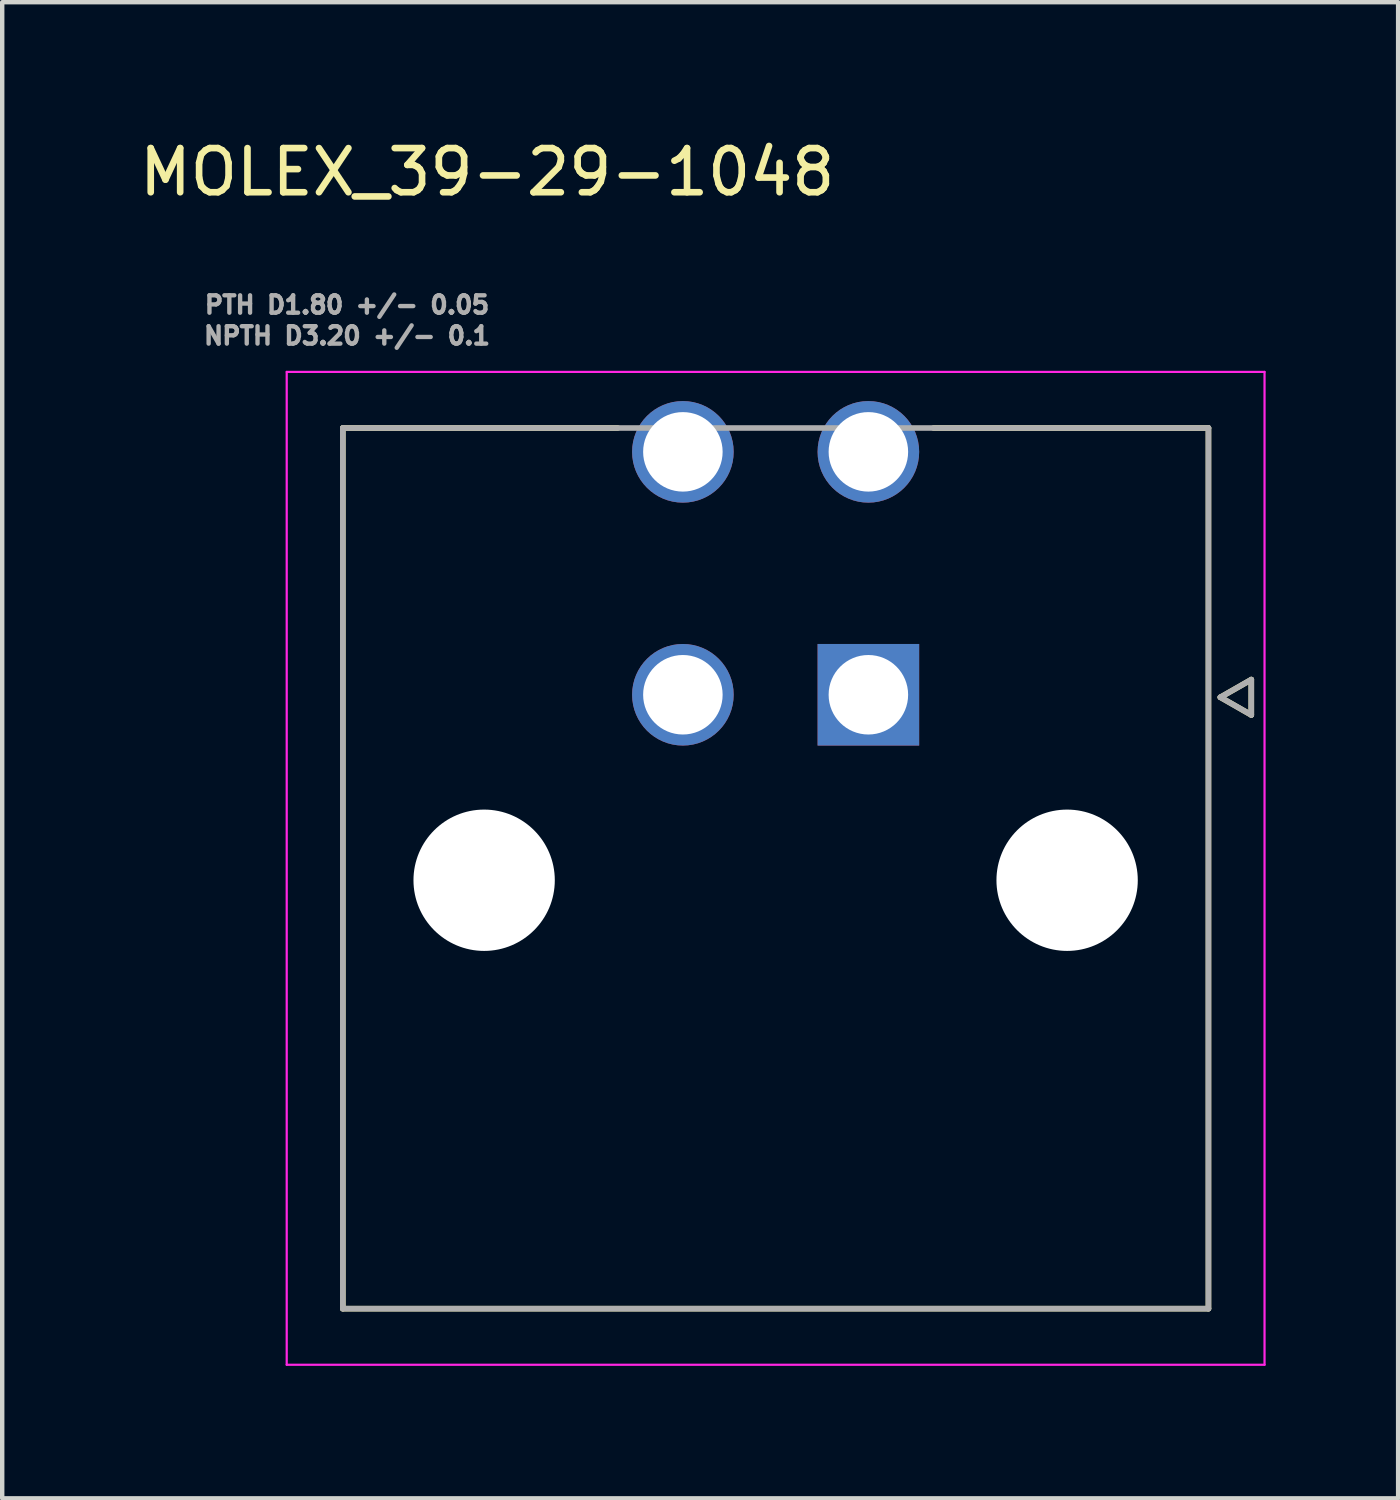
<source format=kicad_pcb>
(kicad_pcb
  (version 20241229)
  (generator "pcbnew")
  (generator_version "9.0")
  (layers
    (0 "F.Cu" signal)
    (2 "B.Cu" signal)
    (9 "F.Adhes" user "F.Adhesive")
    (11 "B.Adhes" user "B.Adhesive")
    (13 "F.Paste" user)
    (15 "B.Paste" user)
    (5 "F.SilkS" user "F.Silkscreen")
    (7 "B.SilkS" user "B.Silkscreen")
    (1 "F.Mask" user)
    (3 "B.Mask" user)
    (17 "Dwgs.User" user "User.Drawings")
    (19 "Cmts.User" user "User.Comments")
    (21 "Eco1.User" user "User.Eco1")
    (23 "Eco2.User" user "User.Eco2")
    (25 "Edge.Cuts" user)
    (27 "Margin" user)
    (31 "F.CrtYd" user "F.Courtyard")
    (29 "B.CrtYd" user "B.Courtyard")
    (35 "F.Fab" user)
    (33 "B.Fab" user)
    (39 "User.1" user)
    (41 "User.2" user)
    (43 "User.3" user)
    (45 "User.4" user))
  (footprint "MOLEX_39-29-1048"
    (layer "F.Cu")
    (at 16.612 12.681)
    (property "Reference" "MOLEX_39-29-1048" (at -8.63 -11.833 0) (layer "F.SilkS") (effects (font (size 1 1) (thickness 0.15))))
    (attr through_hole)
    (fp_circle (center -8.7 4.2) (end -7.862 4.2) (stroke (width 1.676) (type solid)) (fill no) (layer "F.Mask"))
    (fp_circle (center -4.2 -5.5) (end -3.587 -5.5) (stroke (width 1.226) (type solid)) (fill no) (layer "F.Mask"))
    (fp_circle (center -4.2 0) (end -3.587 0) (stroke (width 1.226) (type solid)) (fill no) (layer "F.Mask"))
    (fp_circle (center 0 -5.5) (end 0.613 -5.5) (stroke (width 1.226) (type solid)) (fill no) (layer "F.Mask"))
    (fp_circle (center 4.5 4.2) (end 5.338 4.2) (stroke (width 1.676) (type solid)) (fill no) (layer "F.Mask"))
    (fp_poly (pts (xy -1.226 -1.226) (xy 1.226 -1.226) (xy 1.226 1.226) (xy -1.226 1.226)) (stroke (width 0.01) (type solid)) (fill yes) (layer "F.Mask"))
    (fp_circle (center -8.7 4.2) (end -7.862 4.2) (stroke (width 1.676) (type solid)) (fill no) (layer "B.Mask"))
    (fp_circle (center -4.2 -5.5) (end -3.587 -5.5) (stroke (width 1.226) (type solid)) (fill no) (layer "B.Mask"))
    (fp_circle (center -4.2 0) (end -3.587 0) (stroke (width 1.226) (type solid)) (fill no) (layer "B.Mask"))
    (fp_circle (center 0 -5.5) (end 0.613 -5.5) (stroke (width 1.226) (type solid)) (fill no) (layer "B.Mask"))
    (fp_circle (center 4.5 4.2) (end 5.338 4.2) (stroke (width 1.676) (type solid)) (fill no) (layer "B.Mask"))
    (fp_poly (pts (xy -1.226 -1.226) (xy 1.226 -1.226) (xy 1.226 1.226) (xy -1.226 1.226)) (stroke (width 0.01) (type solid)) (fill yes) (layer "B.Mask"))
    (fp_line (start -11.9 -6.04) (end -5.676 -6.04) (stroke (width 0.127) (type solid)) (layer "F.SilkS"))
    (fp_line (start -11.9 13.9) (end -11.9 -6.04) (stroke (width 0.127) (type solid)) (layer "F.SilkS"))
    (fp_line (start 7.7 -6.04) (end 1.476 -6.04) (stroke (width 0.127) (type solid)) (layer "F.SilkS"))
    (fp_line (start 7.7 -6.04) (end 7.7 13.9) (stroke (width 0.127) (type solid)) (layer "F.SilkS"))
    (fp_line (start 7.7 13.9) (end -11.9 13.9) (stroke (width 0.127) (type solid)) (layer "F.SilkS"))
    (fp_line (start 7.97 0.057) (end 8.67 0.457) (stroke (width 0.127) (type solid)) (layer "F.SilkS"))
    (fp_line (start 8.67 -0.343) (end 7.97 0.057) (stroke (width 0.127) (type solid)) (layer "F.SilkS"))
    (fp_line (start 8.67 0.457) (end 8.67 -0.343) (stroke (width 0.127) (type solid)) (layer "F.SilkS"))
    (fp_line (start -13.17 -7.31) (end 8.97 -7.31) (stroke (width 0.05) (type solid)) (layer "F.CrtYd"))
    (fp_line (start -13.17 15.17) (end -13.17 -7.31) (stroke (width 0.05) (type solid)) (layer "F.CrtYd"))
    (fp_line (start 8.97 -7.31) (end 8.97 15.17) (stroke (width 0.05) (type solid)) (layer "F.CrtYd"))
    (fp_line (start 8.97 15.17) (end -13.17 15.17) (stroke (width 0.05) (type solid)) (layer "F.CrtYd"))
    (fp_line (start -11.9 -6.04) (end 7.7 -6.04) (stroke (width 0.127) (type solid)) (layer "F.Fab"))
    (fp_line (start -11.9 13.9) (end -11.9 -6.04) (stroke (width 0.127) (type solid)) (layer "F.Fab"))
    (fp_line (start 7.7 -6.04) (end 7.7 13.9) (stroke (width 0.127) (type solid)) (layer "F.Fab"))
    (fp_line (start 7.7 13.9) (end -11.9 13.9) (stroke (width 0.127) (type solid)) (layer "F.Fab"))
    (fp_line (start 7.97 0.057) (end 8.67 0.457) (stroke (width 0.127) (type solid)) (layer "F.Fab"))
    (fp_line (start 8.67 -0.343) (end 7.97 0.057) (stroke (width 0.127) (type solid)) (layer "F.Fab"))
    (fp_line (start 8.67 0.457) (end 8.67 -0.343) (stroke (width 0.127) (type solid)) (layer "F.Fab"))
    (fp_text user "NPTH D3.20 +/- 0.1" (at -11.805 -8.128 0) (layer "F.Fab") (effects (font (size 0.394 0.394) (thickness 0.15))))
    (fp_text user "PTH D1.80 +/- 0.05" (at -11.805 -8.828 0) (layer "F.Fab") (effects (font (size 0.394 0.394) (thickness 0.15))))
    (pad "" np_thru_hole circle (at -8.7 4.2) (size 3.2 3.2) (drill 3.2) (layers "*.Cu" "*.Mask"))
    (pad "" np_thru_hole circle (at 4.5 4.2) (size 3.2 3.2) (drill 3.2) (layers "*.Cu" "*.Mask"))
    (pad "1" thru_hole rect (at 0 0) (size 2.3 2.3) (drill 1.8) (layers "*.Cu"))
    (pad "2" thru_hole circle (at -4.2 0) (size 2.3 2.3) (drill 1.8) (layers "*.Cu"))
    (pad "3" thru_hole circle (at 0 -5.5) (size 2.3 2.3) (drill 1.8) (layers "*.Cu"))
    (pad "4" thru_hole circle (at -4.2 -5.5) (size 2.3 2.3) (drill 1.8) (layers "*.Cu")))
  (gr_rect
    (start -3 -3)
    (end 28.607 30.876)
    (stroke (width 0.1) (type default))
    (fill no)
    (layer "Edge.Cuts")))
</source>
